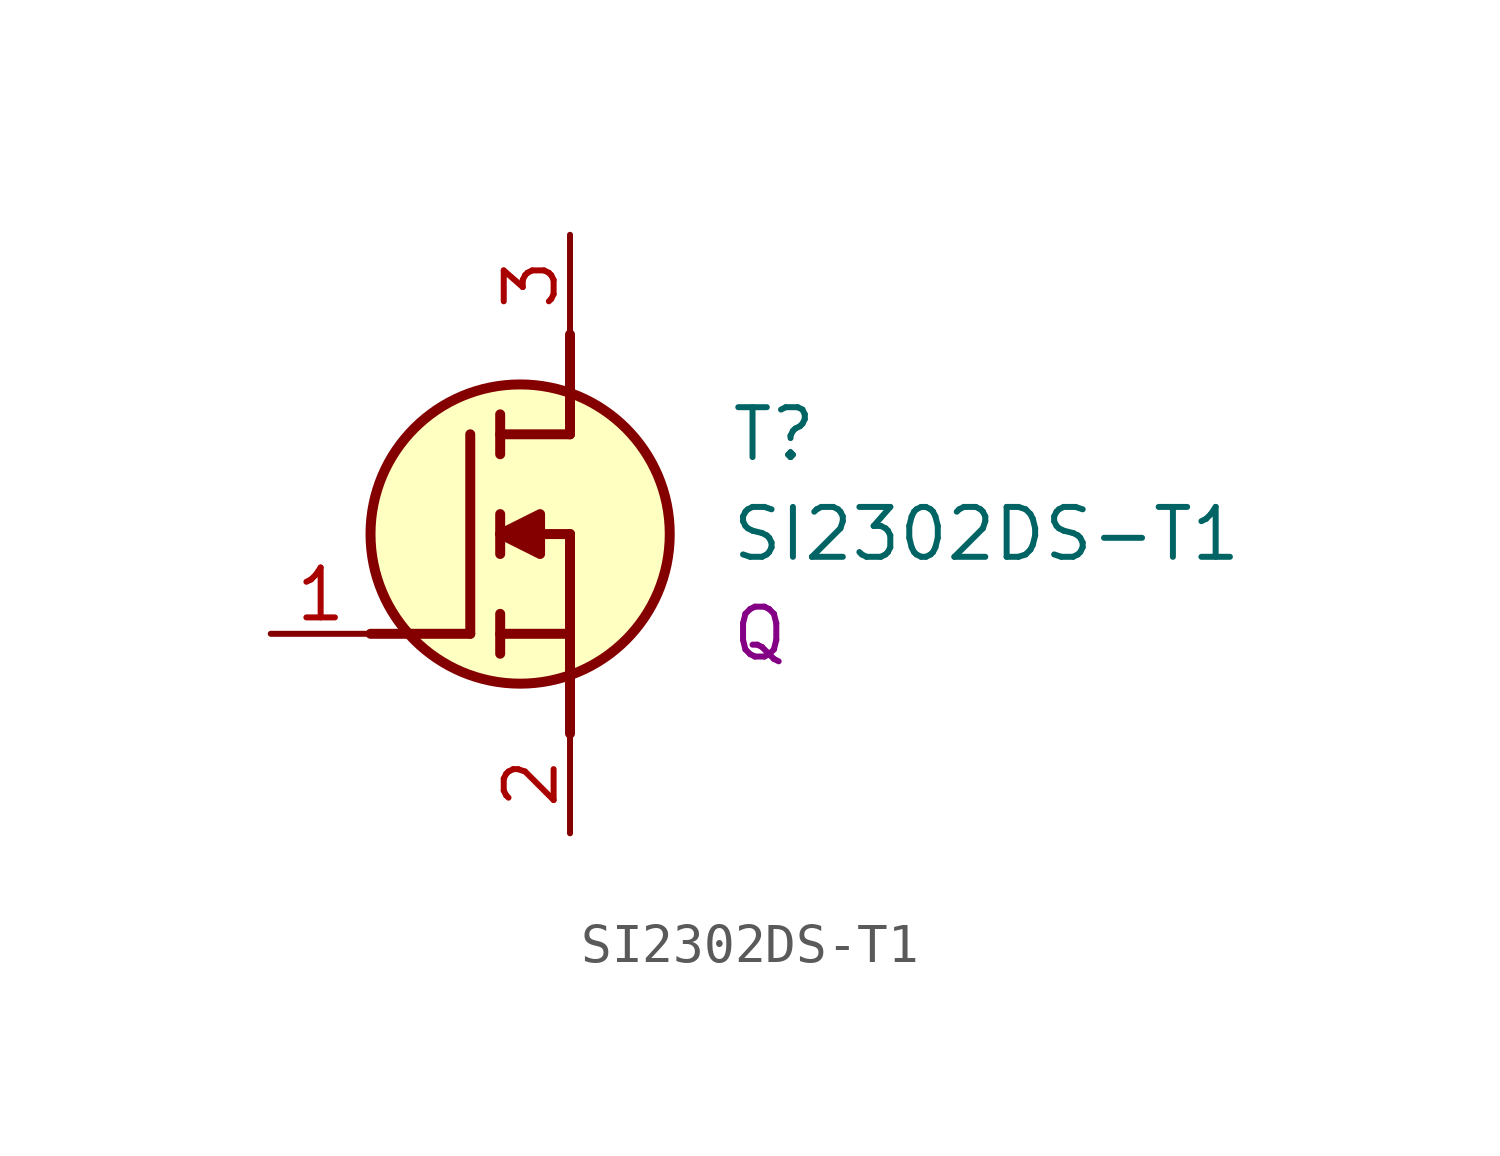
<source format=kicad_sym>
(kicad_symbol_lib
  (version 20241209)
  (generator "kicad_symbol_editor")
  (generator_version "9.0")
  (symbol "SI2302DS-T1"
    (pin_names
      (hide yes))
    (property "Reference" "T"
      (at 11.684 5.08 0)
      (effects (font (size 1.27 1.27)) (justify left)))
    (property "Value" "SI2302DS-T1"
      (at 11.684 2.54 0)
      (effects (font (size 1.27 1.27)) (justify left)))
    (property "Reference_1" "Q"
      (at 11.684 0.0001 0)
      (effects (font (size 1.27 1.27)) (justify left)))
    (symbol "SI2302DS-T1_1_1"
      (polyline (pts (xy 2.54 0) (xy 5.08 0)) (stroke (width 0.254) (type default)) (fill (type none)))
      (polyline (pts (xy 5.08 5.08) (xy 5.08 0)) (stroke (width 0.254) (type default)) (fill (type none)))
      (polyline (pts (xy 5.842 5.588) (xy 5.842 4.572)) (stroke (width 0.254) (type default)) (fill (type none)))
      (polyline (pts (xy 5.842 2.54) (xy 6.858 3.048) (xy 6.858 2.032) (xy 5.842 2.54)) (stroke (width 0.254) (type default)) (fill (type outline)))
      (polyline (pts (xy 5.842 2.032) (xy 5.842 3.048)) (stroke (width 0.254) (type default)) (fill (type none)))
      (polyline (pts (xy 5.842 0) (xy 7.62 0)) (stroke (width 0.254) (type default)) (fill (type none)))
      (polyline (pts (xy 5.842 -0.508) (xy 5.842 0.508)) (stroke (width 0.254) (type default)) (fill (type none)))
      (circle (center 6.35 2.54) (radius 3.81) (stroke (width 0.254) (type default)) (fill (type background)))
      (polyline (pts (xy 7.62 5.08) (xy 5.842 5.08)) (stroke (width 0.254) (type default)) (fill (type none)))
      (polyline (pts (xy 7.62 5.08) (xy 7.62 7.62)) (stroke (width 0.254) (type default)) (fill (type none)))
      (polyline (pts (xy 7.62 2.54) (xy 5.842 2.54)) (stroke (width 0.254) (type default)) (fill (type none)))
      (polyline (pts (xy 7.62 2.54) (xy 7.62 -2.54)) (stroke (width 0.254) (type default)) (fill (type none)))
      (pin passive line (at 0 0 0) (length 2.54) (name "G" (effects (font (size 1.27 1.27)))) (number "1" (effects (font (size 1.27 1.27)))))
      (pin passive line (at 7.62 10.16 270) (length 2.54) (name "D" (effects (font (size 1.27 1.27)))) (number "3" (effects (font (size 1.27 1.27)))))
      (pin passive line (at 7.62 -5.08 90) (length 2.54) (name "S" (effects (font (size 1.27 1.27)))) (number "2" (effects (font (size 1.27 1.27))))))))
</source>
